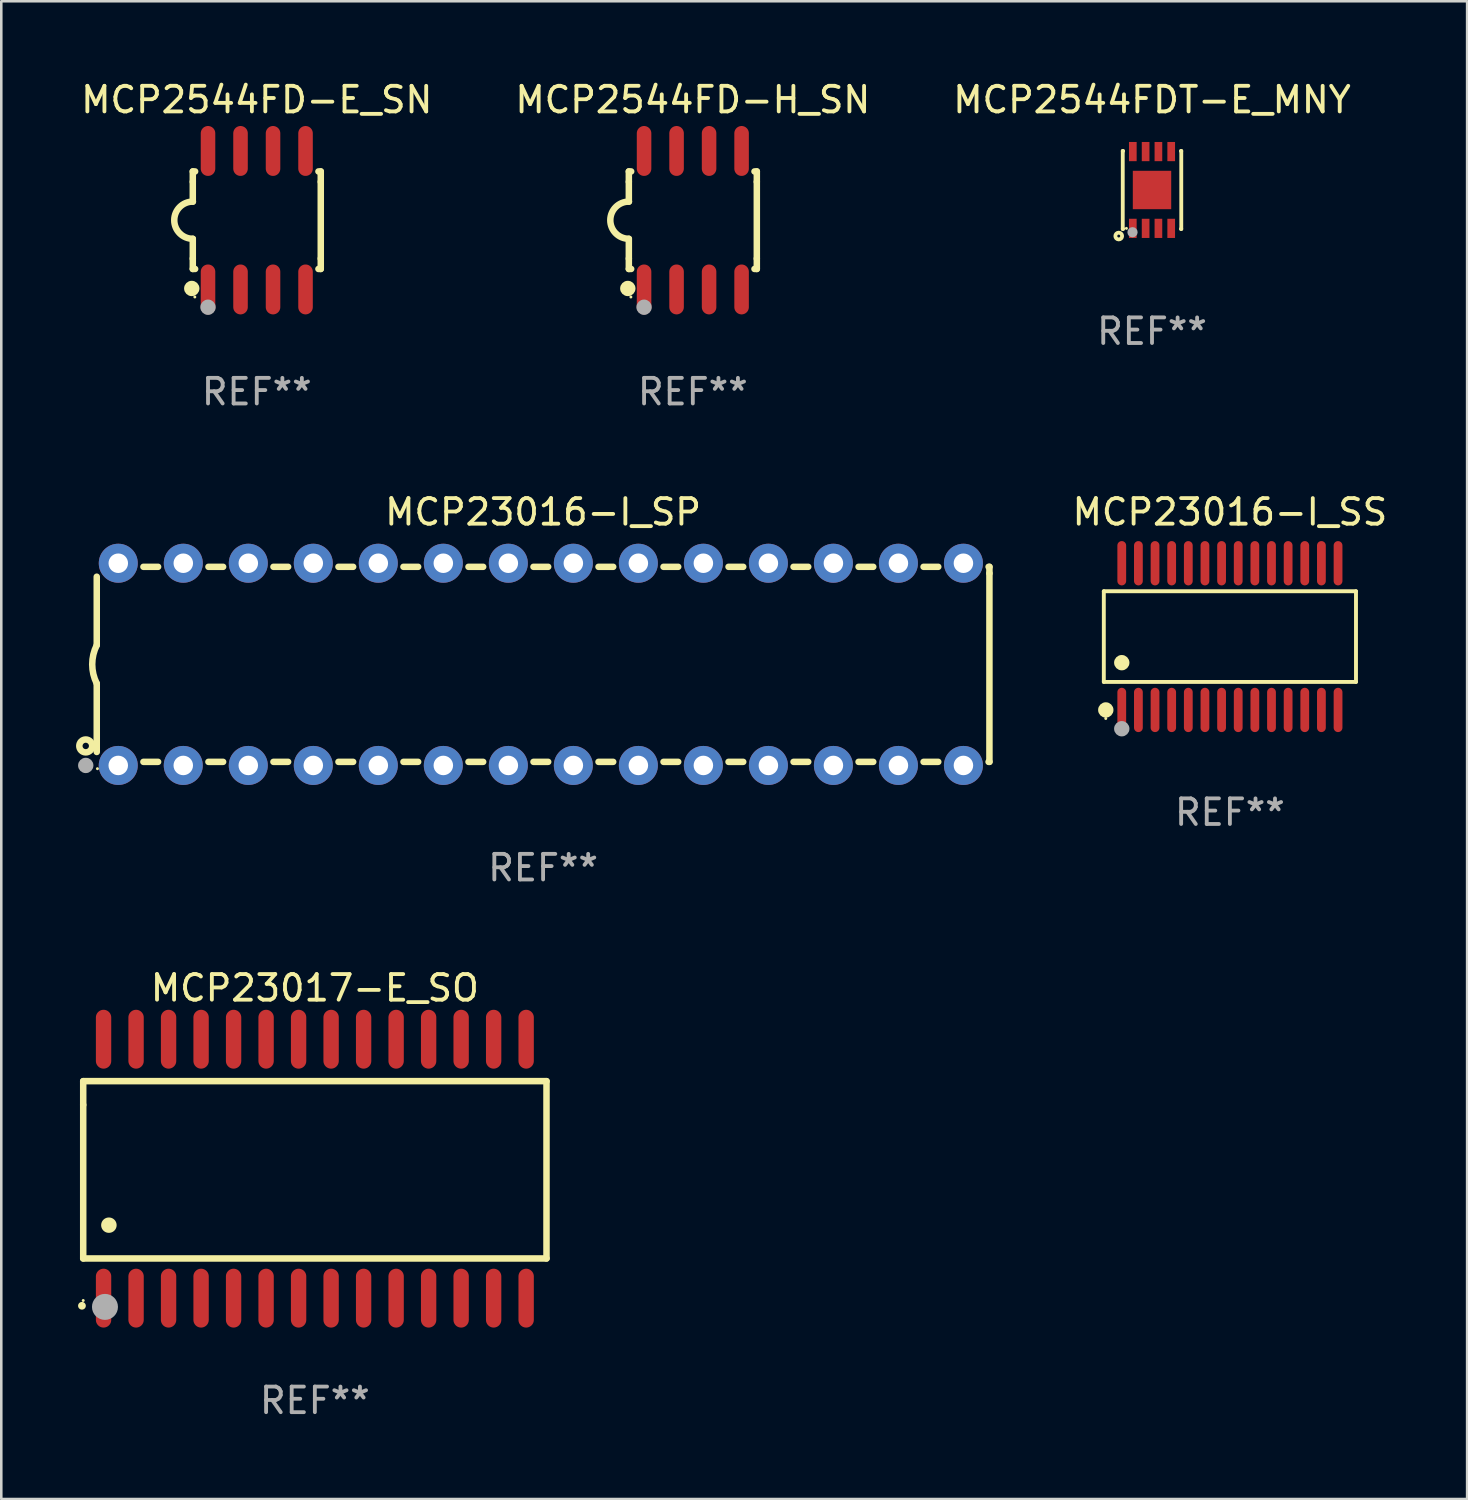
<source format=kicad_pcb>
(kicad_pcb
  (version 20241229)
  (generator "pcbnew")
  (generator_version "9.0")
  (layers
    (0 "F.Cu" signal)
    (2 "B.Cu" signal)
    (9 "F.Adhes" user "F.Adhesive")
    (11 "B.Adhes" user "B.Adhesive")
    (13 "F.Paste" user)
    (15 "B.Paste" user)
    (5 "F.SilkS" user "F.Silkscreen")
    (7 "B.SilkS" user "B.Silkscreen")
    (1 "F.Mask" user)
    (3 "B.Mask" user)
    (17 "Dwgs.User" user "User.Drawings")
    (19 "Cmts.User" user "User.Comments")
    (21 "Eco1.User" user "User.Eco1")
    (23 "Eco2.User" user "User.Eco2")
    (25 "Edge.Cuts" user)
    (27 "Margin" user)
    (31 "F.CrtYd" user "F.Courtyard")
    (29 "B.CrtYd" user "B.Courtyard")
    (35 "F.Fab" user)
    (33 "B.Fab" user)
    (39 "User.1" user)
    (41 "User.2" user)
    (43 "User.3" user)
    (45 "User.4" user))
  (footprint "MCP23016-I_SS"
    (layer "F.Cu")
    (at 45.001 21.821)
    (property "Reference" "MCP23016-I_SS" (at 0 -4.866 0) (layer "F.SilkS") (effects (font (size 1 1) (thickness 0.15))))
    (attr through_hole)
    (fp_line (start -4.926 -1.772) (end 4.926 -1.772) (stroke (width 0.152) (type solid)) (layer "F.SilkS"))
    (fp_line (start -4.926 1.771) (end -4.926 -1.772) (stroke (width 0.152) (type solid)) (layer "F.SilkS"))
    (fp_line (start 4.926 -1.772) (end 4.926 1.771) (stroke (width 0.152) (type solid)) (layer "F.SilkS"))
    (fp_line (start 4.926 1.771) (end -4.926 1.771) (stroke (width 0.152) (type solid)) (layer "F.SilkS"))
    (fp_circle (center -4.85 3.2) (end -4.82 3.2) (stroke (width 0.06) (type solid)) (fill no) (layer "F.SilkS"))
    (fp_circle (center -4.849 2.866) (end -4.699 2.866) (stroke (width 0.3) (type solid)) (fill no) (layer "F.SilkS"))
    (fp_circle (center -4.225 1.019) (end -4.075 1.019) (stroke (width 0.3) (type solid)) (fill no) (layer "F.SilkS"))
    (fp_circle (center -4.225 3.6) (end -4.075 3.6) (stroke (width 0.3) (type solid)) (fill no) (layer "F.Fab"))
    (fp_text user "REF**" (at 0 6.866 0) (layer "F.Fab") (effects (font (size 1 1) (thickness 0.15))))
    (pad "1" smd oval (at -4.225 2.866) (size 0.343 1.731) (layers "F.Cu" "F.Mask" "F.Paste"))
    (pad "2" smd oval (at -3.575 2.866) (size 0.343 1.731) (layers "F.Cu" "F.Mask" "F.Paste"))
    (pad "3" smd oval (at -2.925 2.866) (size 0.343 1.731) (layers "F.Cu" "F.Mask" "F.Paste"))
    (pad "4" smd oval (at -2.275 2.866) (size 0.343 1.731) (layers "F.Cu" "F.Mask" "F.Paste"))
    (pad "5" smd oval (at -1.625 2.866) (size 0.343 1.731) (layers "F.Cu" "F.Mask" "F.Paste"))
    (pad "6" smd oval (at -0.975 2.866) (size 0.343 1.731) (layers "F.Cu" "F.Mask" "F.Paste"))
    (pad "7" smd oval (at -0.325 2.866) (size 0.343 1.731) (layers "F.Cu" "F.Mask" "F.Paste"))
    (pad "8" smd oval (at 0.325 2.866) (size 0.343 1.731) (layers "F.Cu" "F.Mask" "F.Paste"))
    (pad "9" smd oval (at 0.975 2.866) (size 0.343 1.731) (layers "F.Cu" "F.Mask" "F.Paste"))
    (pad "10" smd oval (at 1.625 2.866) (size 0.343 1.731) (layers "F.Cu" "F.Mask" "F.Paste"))
    (pad "11" smd oval (at 2.275 2.866) (size 0.343 1.731) (layers "F.Cu" "F.Mask" "F.Paste"))
    (pad "12" smd oval (at 2.925 2.866) (size 0.343 1.731) (layers "F.Cu" "F.Mask" "F.Paste"))
    (pad "13" smd oval (at 3.575 2.866) (size 0.343 1.731) (layers "F.Cu" "F.Mask" "F.Paste"))
    (pad "14" smd oval (at 4.225 2.866) (size 0.343 1.731) (layers "F.Cu" "F.Mask" "F.Paste"))
    (pad "15" smd oval (at 4.225 -2.866) (size 0.343 1.731) (layers "F.Cu" "F.Mask" "F.Paste"))
    (pad "16" smd oval (at 3.575 -2.866) (size 0.343 1.731) (layers "F.Cu" "F.Mask" "F.Paste"))
    (pad "17" smd oval (at 2.925 -2.866) (size 0.343 1.731) (layers "F.Cu" "F.Mask" "F.Paste"))
    (pad "18" smd oval (at 2.275 -2.866) (size 0.343 1.731) (layers "F.Cu" "F.Mask" "F.Paste"))
    (pad "19" smd oval (at 1.625 -2.866) (size 0.343 1.731) (layers "F.Cu" "F.Mask" "F.Paste"))
    (pad "20" smd oval (at 0.975 -2.866) (size 0.343 1.731) (layers "F.Cu" "F.Mask" "F.Paste"))
    (pad "21" smd oval (at 0.325 -2.866) (size 0.343 1.731) (layers "F.Cu" "F.Mask" "F.Paste"))
    (pad "22" smd oval (at -0.325 -2.866) (size 0.343 1.731) (layers "F.Cu" "F.Mask" "F.Paste"))
    (pad "23" smd oval (at -0.975 -2.866) (size 0.343 1.731) (layers "F.Cu" "F.Mask" "F.Paste"))
    (pad "24" smd oval (at -1.625 -2.866) (size 0.343 1.731) (layers "F.Cu" "F.Mask" "F.Paste"))
    (pad "25" smd oval (at -2.275 -2.866) (size 0.343 1.731) (layers "F.Cu" "F.Mask" "F.Paste"))
    (pad "26" smd oval (at -2.925 -2.866) (size 0.343 1.731) (layers "F.Cu" "F.Mask" "F.Paste"))
    (pad "27" smd oval (at -3.575 -2.866) (size 0.343 1.731) (layers "F.Cu" "F.Mask" "F.Paste"))
    (pad "28" smd oval (at -4.225 -2.866) (size 0.343 1.731) (layers "F.Cu" "F.Mask" "F.Paste")))
  (footprint "MCP23017-E_SO"
    (layer "F.Cu")
    (at 9.251 42.609)
    (property "Reference" "MCP23017-E_SO" (at 0 -7.058 0) (layer "F.SilkS") (effects (font (size 1 1) (thickness 0.15))))
    (attr through_hole)
    (fp_line (start -9.05 -3.42) (end 9.05 -3.42) (stroke (width 0.254) (type solid)) (layer "F.SilkS"))
    (fp_line (start -9.05 -2.492) (end -9.05 -3.42) (stroke (width 0.254) (type solid)) (layer "F.SilkS"))
    (fp_line (start -9.05 3.508) (end -9.05 -2.492) (stroke (width 0.254) (type solid)) (layer "F.SilkS"))
    (fp_line (start 9.05 -3.42) (end 9.05 3.508) (stroke (width 0.254) (type solid)) (layer "F.SilkS"))
    (fp_line (start 9.05 3.508) (end -9.05 3.508) (stroke (width 0.254) (type solid)) (layer "F.SilkS"))
    (fp_arc (start -9.100838 5.35649) (mid -9.099568 5.356485) (end -9.098298 5.35649) (stroke (width 0.3) (type solid)) (layer "F.SilkS"))
    (fp_arc (start -8.049276 2.206883) (mid -8.046736 2.206872) (end -8.044196 2.206883) (stroke (width 0.6) (type solid)) (layer "F.SilkS"))
    (fp_circle (center -9.05 5.15) (end -9.02 5.15) (stroke (width 0.06) (type solid)) (fill no) (layer "F.SilkS"))
    (fp_circle (center -8.2 5.4) (end -7.946 5.4) (stroke (width 0.508) (type solid)) (fill no) (layer "F.Fab"))
    (fp_text user "REF**" (at 0 9.058 0) (layer "F.Fab") (effects (font (size 1 1) (thickness 0.15))))
    (pad "1" smd oval (at -8.255 5.058 180) (size 0.6 2.3) (layers "F.Cu" "F.Mask" "F.Paste"))
    (pad "2" smd oval (at -6.985 5.058 180) (size 0.6 2.3) (layers "F.Cu" "F.Mask" "F.Paste"))
    (pad "3" smd oval (at -5.715 5.058 180) (size 0.6 2.3) (layers "F.Cu" "F.Mask" "F.Paste"))
    (pad "4" smd oval (at -4.445 5.058 180) (size 0.6 2.3) (layers "F.Cu" "F.Mask" "F.Paste"))
    (pad "5" smd oval (at -3.175 5.058 180) (size 0.6 2.3) (layers "F.Cu" "F.Mask" "F.Paste"))
    (pad "6" smd oval (at -1.905 5.058 180) (size 0.6 2.3) (layers "F.Cu" "F.Mask" "F.Paste"))
    (pad "7" smd oval (at -0.635 5.058 180) (size 0.6 2.3) (layers "F.Cu" "F.Mask" "F.Paste"))
    (pad "8" smd oval (at 0.635 5.058 180) (size 0.6 2.3) (layers "F.Cu" "F.Mask" "F.Paste"))
    (pad "9" smd oval (at 1.905 5.058 180) (size 0.6 2.3) (layers "F.Cu" "F.Mask" "F.Paste"))
    (pad "10" smd oval (at 3.175 5.058 180) (size 0.6 2.3) (layers "F.Cu" "F.Mask" "F.Paste"))
    (pad "11" smd oval (at 4.445 5.058 180) (size 0.6 2.3) (layers "F.Cu" "F.Mask" "F.Paste"))
    (pad "12" smd oval (at 5.715 5.058 180) (size 0.6 2.3) (layers "F.Cu" "F.Mask" "F.Paste"))
    (pad "13" smd oval (at 6.985 5.058 180) (size 0.6 2.3) (layers "F.Cu" "F.Mask" "F.Paste"))
    (pad "14" smd oval (at 8.255 5.058 180) (size 0.6 2.3) (layers "F.Cu" "F.Mask" "F.Paste"))
    (pad "15" smd oval (at 8.255 -5.058 180) (size 0.6 2.3) (layers "F.Cu" "F.Mask" "F.Paste"))
    (pad "16" smd oval (at 6.985 -5.058 180) (size 0.6 2.3) (layers "F.Cu" "F.Mask" "F.Paste"))
    (pad "17" smd oval (at 5.715 -5.058 180) (size 0.6 2.3) (layers "F.Cu" "F.Mask" "F.Paste"))
    (pad "18" smd oval (at 4.445 -5.058 180) (size 0.6 2.3) (layers "F.Cu" "F.Mask" "F.Paste"))
    (pad "19" smd oval (at 3.175 -5.058 180) (size 0.6 2.3) (layers "F.Cu" "F.Mask" "F.Paste"))
    (pad "20" smd oval (at 1.905 -5.058 180) (size 0.6 2.3) (layers "F.Cu" "F.Mask" "F.Paste"))
    (pad "21" smd oval (at 0.635 -5.058 180) (size 0.6 2.3) (layers "F.Cu" "F.Mask" "F.Paste"))
    (pad "22" smd oval (at -0.635 -5.058 180) (size 0.6 2.3) (layers "F.Cu" "F.Mask" "F.Paste"))
    (pad "23" smd oval (at -1.905 -5.058 180) (size 0.6 2.3) (layers "F.Cu" "F.Mask" "F.Paste"))
    (pad "24" smd oval (at -3.175 -5.058 180) (size 0.6 2.3) (layers "F.Cu" "F.Mask" "F.Paste"))
    (pad "25" smd oval (at -4.445 -5.058 180) (size 0.6 2.3) (layers "F.Cu" "F.Mask" "F.Paste"))
    (pad "26" smd oval (at -5.715 -5.058 180) (size 0.6 2.3) (layers "F.Cu" "F.Mask" "F.Paste"))
    (pad "27" smd oval (at -6.985 -5.058 180) (size 0.6 2.3) (layers "F.Cu" "F.Mask" "F.Paste"))
    (pad "28" smd oval (at -8.255 -5.058 180) (size 0.6 2.3) (layers "F.Cu" "F.Mask" "F.Paste")))
  (footprint "MCP2544FD-H_SN"
    (layer "F.Cu")
    (at 24.018 5.553)
    (property "Reference" "MCP2544FD-H_SN" (at 0 -4.705 0) (layer "F.SilkS") (effects (font (size 1 1) (thickness 0.15))))
    (attr through_hole)
    (fp_line (start -2.5 -1.905) (end -2.409 -1.905) (stroke (width 0.254) (type solid)) (layer "F.SilkS"))
    (fp_line (start -2.5 -1.5) (end -2.5 -1.905) (stroke (width 0.254) (type solid)) (layer "F.SilkS"))
    (fp_line (start -2.5 -1.5) (end -2.5 -0.726) (stroke (width 0.254) (type solid)) (layer "F.SilkS"))
    (fp_line (start -2.5 1.5) (end -2.5 0.727) (stroke (width 0.254) (type solid)) (layer "F.SilkS"))
    (fp_line (start -2.5 1.5) (end -2.5 1.905) (stroke (width 0.254) (type solid)) (layer "F.SilkS"))
    (fp_line (start -2.5 1.905) (end -2.409 1.905) (stroke (width 0.254) (type solid)) (layer "F.SilkS"))
    (fp_line (start 2.5 -1.905) (end 2.409 -1.905) (stroke (width 0.254) (type solid)) (layer "F.SilkS"))
    (fp_line (start 2.5 -1.5) (end 2.5 -1.905) (stroke (width 0.254) (type solid)) (layer "F.SilkS"))
    (fp_line (start 2.5 -1.5) (end 2.5 1.5) (stroke (width 0.254) (type solid)) (layer "F.SilkS"))
    (fp_line (start 2.5 1.5) (end 2.5 1.905) (stroke (width 0.254) (type solid)) (layer "F.SilkS"))
    (fp_line (start 2.5 1.905) (end 2.409 1.905) (stroke (width 0.254) (type solid)) (layer "F.SilkS"))
    (fp_arc (start -2.5 0.726568) (mid -3.220316 -0.0023) (end -2.495097 -0.726289) (stroke (width 0.254001) (type solid)) (layer "F.SilkS"))
    (fp_circle (center -2.54 2.667) (end -2.39 2.667) (stroke (width 0.3) (type solid)) (fill no) (layer "F.SilkS"))
    (fp_circle (center -2.42 3) (end -2.39 3) (stroke (width 0.06) (type solid)) (fill no) (layer "F.SilkS"))
    (fp_circle (center -1.905 3.4) (end -1.755 3.4) (stroke (width 0.3) (type solid)) (fill no) (layer "F.Fab"))
    (fp_text user "REF**" (at 0 6.705 0) (layer "F.Fab") (effects (font (size 1 1) (thickness 0.15))))
    (pad "1" smd oval (at -1.905 2.705) (size 0.568 1.95) (layers "F.Cu" "F.Mask" "F.Paste"))
    (pad "2" smd oval (at -0.635 2.705) (size 0.568 1.95) (layers "F.Cu" "F.Mask" "F.Paste"))
    (pad "3" smd oval (at 0.635 2.705) (size 0.568 1.95) (layers "F.Cu" "F.Mask" "F.Paste"))
    (pad "4" smd oval (at 1.905 2.705) (size 0.568 1.95) (layers "F.Cu" "F.Mask" "F.Paste"))
    (pad "5" smd oval (at 1.905 -2.705) (size 0.568 1.95) (layers "F.Cu" "F.Mask" "F.Paste"))
    (pad "6" smd oval (at 0.635 -2.705) (size 0.568 1.95) (layers "F.Cu" "F.Mask" "F.Paste"))
    (pad "7" smd oval (at -0.635 -2.705) (size 0.568 1.95) (layers "F.Cu" "F.Mask" "F.Paste"))
    (pad "8" smd oval (at -1.905 -2.705) (size 0.568 1.95) (layers "F.Cu" "F.Mask" "F.Paste")))
  (footprint "MCP23016-I_SP"
    (layer "F.Cu")
    (at 18.168 22.905)
    (property "Reference" "MCP23016-I_SP" (at 0 -5.95 0) (layer "F.SilkS") (effects (font (size 1 1) (thickness 0.15))))
    (attr through_hole)
    (fp_line (start -17.438 0.75) (end -17.438 3.423) (stroke (width 0.254) (type solid)) (layer "F.SilkS"))
    (fp_line (start -17.438 -3.423) (end -17.438 -0.75) (stroke (width 0.254) (type solid)) (layer "F.SilkS"))
    (fp_line (start -15.615 3.81) (end -15.041 3.81) (stroke (width 0.254) (type solid)) (layer "F.SilkS"))
    (fp_line (start -15.041 -3.81) (end -15.614 -3.81) (stroke (width 0.254) (type solid)) (layer "F.SilkS"))
    (fp_line (start -13.075 3.81) (end -12.501 3.81) (stroke (width 0.254) (type solid)) (layer "F.SilkS"))
    (fp_line (start -12.501 -3.81) (end -13.074 -3.81) (stroke (width 0.254) (type solid)) (layer "F.SilkS"))
    (fp_line (start -10.535 3.81) (end -9.961 3.81) (stroke (width 0.254) (type solid)) (layer "F.SilkS"))
    (fp_line (start -9.961 -3.81) (end -10.534 -3.81) (stroke (width 0.254) (type solid)) (layer "F.SilkS"))
    (fp_line (start -7.995 3.81) (end -7.421 3.81) (stroke (width 0.254) (type solid)) (layer "F.SilkS"))
    (fp_line (start -7.421 -3.81) (end -7.995 -3.81) (stroke (width 0.254) (type solid)) (layer "F.SilkS"))
    (fp_line (start -5.455 3.81) (end -4.881 3.81) (stroke (width 0.254) (type solid)) (layer "F.SilkS"))
    (fp_line (start -4.881 -3.81) (end -5.455 -3.81) (stroke (width 0.254) (type solid)) (layer "F.SilkS"))
    (fp_line (start -2.915 3.81) (end -2.341 3.81) (stroke (width 0.254) (type solid)) (layer "F.SilkS"))
    (fp_line (start -2.341 -3.81) (end -2.915 -3.81) (stroke (width 0.254) (type solid)) (layer "F.SilkS"))
    (fp_line (start -0.375 3.81) (end 0.199 3.81) (stroke (width 0.254) (type solid)) (layer "F.SilkS"))
    (fp_line (start 0.199 -3.81) (end -0.375 -3.81) (stroke (width 0.254) (type solid)) (layer "F.SilkS"))
    (fp_line (start 2.165 3.81) (end 2.739 3.81) (stroke (width 0.254) (type solid)) (layer "F.SilkS"))
    (fp_line (start 2.739 -3.81) (end 2.165 -3.81) (stroke (width 0.254) (type solid)) (layer "F.SilkS"))
    (fp_line (start 4.705 3.81) (end 5.279 3.81) (stroke (width 0.254) (type solid)) (layer "F.SilkS"))
    (fp_line (start 5.279 -3.81) (end 4.705 -3.81) (stroke (width 0.254) (type solid)) (layer "F.SilkS"))
    (fp_line (start 7.245 3.81) (end 7.819 3.81) (stroke (width 0.254) (type solid)) (layer "F.SilkS"))
    (fp_line (start 7.819 -3.81) (end 7.245 -3.81) (stroke (width 0.254) (type solid)) (layer "F.SilkS"))
    (fp_line (start 9.785 3.81) (end 10.359 3.81) (stroke (width 0.254) (type solid)) (layer "F.SilkS"))
    (fp_line (start 10.359 -3.81) (end 9.785 -3.81) (stroke (width 0.254) (type solid)) (layer "F.SilkS"))
    (fp_line (start 12.325 3.81) (end 12.899 3.81) (stroke (width 0.254) (type solid)) (layer "F.SilkS"))
    (fp_line (start 12.899 -3.81) (end 12.325 -3.81) (stroke (width 0.254) (type solid)) (layer "F.SilkS"))
    (fp_line (start 14.865 3.81) (end 15.439 3.81) (stroke (width 0.254) (type solid)) (layer "F.SilkS"))
    (fp_line (start 15.439 -3.81) (end 14.865 -3.81) (stroke (width 0.254) (type solid)) (layer "F.SilkS"))
    (fp_line (start 17.405 3.81) (end 17.438 3.81) (stroke (width 0.254) (type solid)) (layer "F.SilkS"))
    (fp_line (start 17.438 -3.81) (end 17.405 -3.81) (stroke (width 0.254) (type solid)) (layer "F.SilkS"))
    (fp_line (start 17.438 -3.556) (end 17.438 -3.81) (stroke (width 0.254) (type solid)) (layer "F.SilkS"))
    (fp_line (start 17.438 3.81) (end 17.438 -3.556) (stroke (width 0.254) (type solid)) (layer "F.SilkS"))
    (fp_arc (start -17.437986 0.749657) (mid -17.614887 -0.000024) (end -17.437783 -0.749657) (stroke (width 0.254001) (type solid)) (layer "F.SilkS"))
    (fp_circle (center -17.868 3.188) (end -17.743 3.188) (stroke (width 0.254) (type solid)) (fill no) (layer "F.SilkS"))
    (fp_circle (center -17.411 4.077) (end -17.381 4.077) (stroke (width 0.06) (type solid)) (fill no) (layer "F.SilkS"))
    (fp_circle (center -17.868 3.95) (end -17.718 3.95) (stroke (width 0.3) (type solid)) (fill no) (layer "F.Fab"))
    (fp_text user "REF**" (at 0 7.95 0) (layer "F.Fab") (effects (font (size 1 1) (thickness 0.15))))
    (pad "1" thru_hole circle (at -16.598 3.95) (size 1.524 1.524) (drill 0.762) (layers "*.Cu" "*.Mask"))
    (pad "2" thru_hole circle (at -14.058 3.95) (size 1.524 1.524) (drill 0.762) (layers "*.Cu" "*.Mask"))
    (pad "3" thru_hole circle (at -11.518 3.95) (size 1.524 1.524) (drill 0.762) (layers "*.Cu" "*.Mask"))
    (pad "4" thru_hole circle (at -8.978 3.95) (size 1.524 1.524) (drill 0.762) (layers "*.Cu" "*.Mask"))
    (pad "5" thru_hole circle (at -6.438 3.95) (size 1.524 1.524) (drill 0.762) (layers "*.Cu" "*.Mask"))
    (pad "6" thru_hole circle (at -3.898 3.95) (size 1.524 1.524) (drill 0.762) (layers "*.Cu" "*.Mask"))
    (pad "7" thru_hole circle (at -1.358 3.95) (size 1.524 1.524) (drill 0.762) (layers "*.Cu" "*.Mask"))
    (pad "8" thru_hole circle (at 1.182 3.95) (size 1.524 1.524) (drill 0.762) (layers "*.Cu" "*.Mask"))
    (pad "9" thru_hole circle (at 3.722 3.95) (size 1.524 1.524) (drill 0.762) (layers "*.Cu" "*.Mask"))
    (pad "10" thru_hole circle (at 6.262 3.95) (size 1.524 1.524) (drill 0.762) (layers "*.Cu" "*.Mask"))
    (pad "11" thru_hole circle (at 8.802 3.95) (size 1.524 1.524) (drill 0.762) (layers "*.Cu" "*.Mask"))
    (pad "12" thru_hole circle (at 11.342 3.95) (size 1.524 1.524) (drill 0.762) (layers "*.Cu" "*.Mask"))
    (pad "13" thru_hole circle (at 13.882 3.95) (size 1.524 1.524) (drill 0.762) (layers "*.Cu" "*.Mask"))
    (pad "14" thru_hole circle (at 16.422 3.95) (size 1.524 1.524) (drill 0.762) (layers "*.Cu" "*.Mask"))
    (pad "15" thru_hole circle (at 16.422 -3.95) (size 1.524 1.524) (drill 0.762) (layers "*.Cu" "*.Mask"))
    (pad "16" thru_hole circle (at 13.882 -3.95) (size 1.524 1.524) (drill 0.762) (layers "*.Cu" "*.Mask"))
    (pad "17" thru_hole circle (at 11.342 -3.95) (size 1.524 1.524) (drill 0.762) (layers "*.Cu" "*.Mask"))
    (pad "18" thru_hole circle (at 8.802 -3.95) (size 1.524 1.524) (drill 0.762) (layers "*.Cu" "*.Mask"))
    (pad "19" thru_hole circle (at 6.262 -3.95) (size 1.524 1.524) (drill 0.762) (layers "*.Cu" "*.Mask"))
    (pad "20" thru_hole circle (at 3.722 -3.95) (size 1.524 1.524) (drill 0.762) (layers "*.Cu" "*.Mask"))
    (pad "21" thru_hole circle (at 1.182 -3.95) (size 1.524 1.524) (drill 0.762) (layers "*.Cu" "*.Mask"))
    (pad "22" thru_hole circle (at -1.358 -3.95) (size 1.524 1.524) (drill 0.762) (layers "*.Cu" "*.Mask"))
    (pad "23" thru_hole circle (at -3.898 -3.95) (size 1.524 1.524) (drill 0.762) (layers "*.Cu" "*.Mask"))
    (pad "24" thru_hole circle (at -6.438 -3.95) (size 1.524 1.524) (drill 0.762) (layers "*.Cu" "*.Mask"))
    (pad "25" thru_hole circle (at -8.978 -3.95) (size 1.524 1.524) (drill 0.762) (layers "*.Cu" "*.Mask"))
    (pad "26" thru_hole circle (at -11.517 -3.95) (size 1.524 1.524) (drill 0.762) (layers "*.Cu" "*.Mask"))
    (pad "27" thru_hole circle (at -14.057 -3.95) (size 1.524 1.524) (drill 0.762) (layers "*.Cu" "*.Mask"))
    (pad "28" thru_hole circle (at -16.597 -3.95) (size 1.524 1.524) (drill 0.762) (layers "*.Cu" "*.Mask")))
  (footprint "MCP2544FD-E_SN"
    (layer "F.Cu")
    (at 6.982 5.553)
    (property "Reference" "MCP2544FD-E_SN" (at 0 -4.705 0) (layer "F.SilkS") (effects (font (size 1 1) (thickness 0.15))))
    (attr through_hole)
    (fp_line (start -2.5 -1.905) (end -2.409 -1.905) (stroke (width 0.254) (type solid)) (layer "F.SilkS"))
    (fp_line (start -2.5 -1.5) (end -2.5 -1.905) (stroke (width 0.254) (type solid)) (layer "F.SilkS"))
    (fp_line (start -2.5 -1.5) (end -2.5 -0.726) (stroke (width 0.254) (type solid)) (layer "F.SilkS"))
    (fp_line (start -2.5 1.5) (end -2.5 0.727) (stroke (width 0.254) (type solid)) (layer "F.SilkS"))
    (fp_line (start -2.5 1.5) (end -2.5 1.905) (stroke (width 0.254) (type solid)) (layer "F.SilkS"))
    (fp_line (start -2.5 1.905) (end -2.409 1.905) (stroke (width 0.254) (type solid)) (layer "F.SilkS"))
    (fp_line (start 2.5 -1.905) (end 2.409 -1.905) (stroke (width 0.254) (type solid)) (layer "F.SilkS"))
    (fp_line (start 2.5 -1.5) (end 2.5 -1.905) (stroke (width 0.254) (type solid)) (layer "F.SilkS"))
    (fp_line (start 2.5 -1.5) (end 2.5 1.5) (stroke (width 0.254) (type solid)) (layer "F.SilkS"))
    (fp_line (start 2.5 1.5) (end 2.5 1.905) (stroke (width 0.254) (type solid)) (layer "F.SilkS"))
    (fp_line (start 2.5 1.905) (end 2.409 1.905) (stroke (width 0.254) (type solid)) (layer "F.SilkS"))
    (fp_arc (start -2.5 0.726568) (mid -3.220316 -0.0023) (end -2.495097 -0.726289) (stroke (width 0.254001) (type solid)) (layer "F.SilkS"))
    (fp_circle (center -2.54 2.667) (end -2.39 2.667) (stroke (width 0.3) (type solid)) (fill no) (layer "F.SilkS"))
    (fp_circle (center -2.42 3) (end -2.39 3) (stroke (width 0.06) (type solid)) (fill no) (layer "F.SilkS"))
    (fp_circle (center -1.905 3.4) (end -1.755 3.4) (stroke (width 0.3) (type solid)) (fill no) (layer "F.Fab"))
    (fp_text user "REF**" (at 0 6.705 0) (layer "F.Fab") (effects (font (size 1 1) (thickness 0.15))))
    (pad "1" smd oval (at -1.905 2.705) (size 0.568 1.95) (layers "F.Cu" "F.Mask" "F.Paste"))
    (pad "2" smd oval (at -0.635 2.705) (size 0.568 1.95) (layers "F.Cu" "F.Mask" "F.Paste"))
    (pad "3" smd oval (at 0.635 2.705) (size 0.568 1.95) (layers "F.Cu" "F.Mask" "F.Paste"))
    (pad "4" smd oval (at 1.905 2.705) (size 0.568 1.95) (layers "F.Cu" "F.Mask" "F.Paste"))
    (pad "5" smd oval (at 1.905 -2.705) (size 0.568 1.95) (layers "F.Cu" "F.Mask" "F.Paste"))
    (pad "6" smd oval (at 0.635 -2.705) (size 0.568 1.95) (layers "F.Cu" "F.Mask" "F.Paste"))
    (pad "7" smd oval (at -0.635 -2.705) (size 0.568 1.95) (layers "F.Cu" "F.Mask" "F.Paste"))
    (pad "8" smd oval (at -1.905 -2.705) (size 0.568 1.95) (layers "F.Cu" "F.Mask" "F.Paste")))
  (footprint "MCP2544FDT-E_MNY"
    (layer "F.Cu")
    (at 41.958 4.372)
    (property "Reference" "MCP2544FDT-E_MNY" (at 0 -3.524 0) (layer "F.SilkS") (effects (font (size 1 1) (thickness 0.15))))
    (attr through_hole)
    (fp_line (start -1.143 -1.524) (end -1.143 1.524) (stroke (width 0.15) (type solid)) (layer "F.SilkS"))
    (fp_line (start -1.143 1.524) (end -1.129 1.524) (stroke (width 0.15) (type solid)) (layer "F.SilkS"))
    (fp_line (start -1.129 -1.524) (end -1.143 -1.524) (stroke (width 0.15) (type solid)) (layer "F.SilkS"))
    (fp_line (start 1.129 1.524) (end 1.143 1.524) (stroke (width 0.15) (type solid)) (layer "F.SilkS"))
    (fp_line (start 1.143 -1.524) (end 1.129 -1.524) (stroke (width 0.15) (type solid)) (layer "F.SilkS"))
    (fp_line (start 1.143 1.524) (end 1.143 -1.524) (stroke (width 0.15) (type solid)) (layer "F.SilkS"))
    (fp_circle (center -1.3 1.8) (end -1.243 1.8) (stroke (width 0.15) (type solid)) (fill no) (layer "F.SilkS"))
    (fp_circle (center -1 1.5) (end -0.97 1.5) (stroke (width 0.06) (type solid)) (fill no) (layer "F.SilkS"))
    (fp_circle (center -0.762 1.651) (end -0.662 1.651) (stroke (width 0.2) (type solid)) (fill no) (layer "F.Fab"))
    (fp_text user "REF**" (at 0 5.524 0) (layer "F.Fab") (effects (font (size 1 1) (thickness 0.15))))
    (pad "1" smd rect (at -0.75 1.5 90) (size 0.75 0.3) (layers "F.Cu" "F.Mask" "F.Paste"))
    (pad "2" smd rect (at -0.25 1.5 90) (size 0.75 0.3) (layers "F.Cu" "F.Mask" "F.Paste"))
    (pad "3" smd rect (at 0.25 1.5 90) (size 0.75 0.3) (layers "F.Cu" "F.Mask" "F.Paste"))
    (pad "4" smd rect (at 0.75 1.5 90) (size 0.75 0.3) (layers "F.Cu" "F.Mask" "F.Paste"))
    (pad "5" smd rect (at 0.75 -1.5 90) (size 0.75 0.3) (layers "F.Cu" "F.Mask" "F.Paste"))
    (pad "6" smd rect (at 0.25 -1.5 90) (size 0.75 0.3) (layers "F.Cu" "F.Mask" "F.Paste"))
    (pad "7" smd rect (at -0.25 -1.5 90) (size 0.75 0.3) (layers "F.Cu" "F.Mask" "F.Paste"))
    (pad "8" smd rect (at -0.75 -1.5 90) (size 0.75 0.3) (layers "F.Cu" "F.Mask" "F.Paste"))
    (pad "9" smd rect (at -0.000203 0.000457 90) (size 1.5 1.5) (layers "F.Cu" "F.Mask" "F.Paste")))
  (gr_rect
    (start -3 -3)
    (end 54.269 55.515)
    (stroke (width 0.1) (type default))
    (fill no)
    (layer "Edge.Cuts")))
</source>
